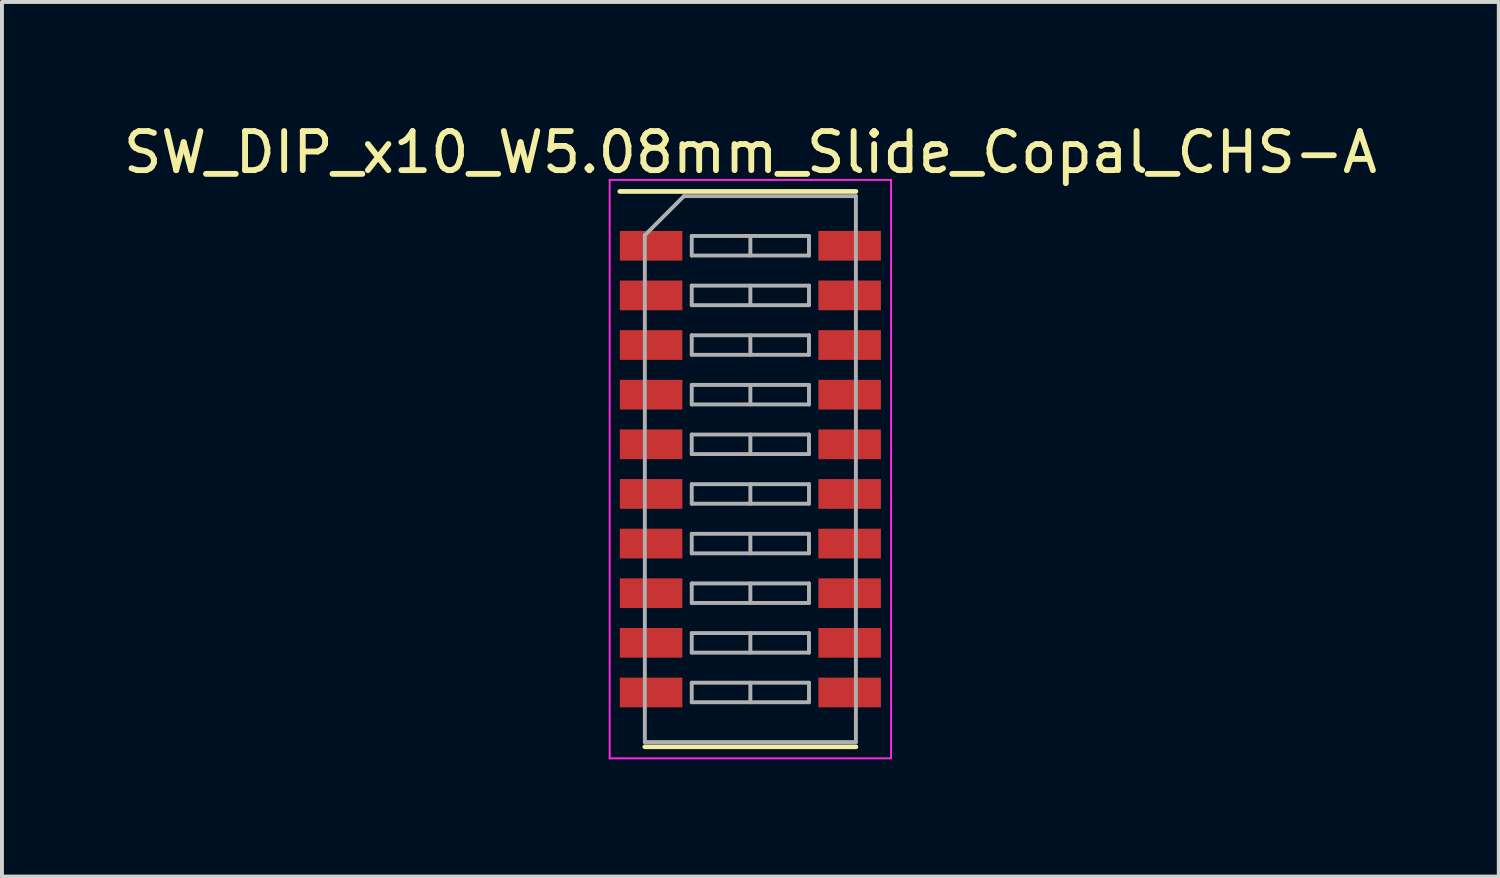
<source format=kicad_pcb>
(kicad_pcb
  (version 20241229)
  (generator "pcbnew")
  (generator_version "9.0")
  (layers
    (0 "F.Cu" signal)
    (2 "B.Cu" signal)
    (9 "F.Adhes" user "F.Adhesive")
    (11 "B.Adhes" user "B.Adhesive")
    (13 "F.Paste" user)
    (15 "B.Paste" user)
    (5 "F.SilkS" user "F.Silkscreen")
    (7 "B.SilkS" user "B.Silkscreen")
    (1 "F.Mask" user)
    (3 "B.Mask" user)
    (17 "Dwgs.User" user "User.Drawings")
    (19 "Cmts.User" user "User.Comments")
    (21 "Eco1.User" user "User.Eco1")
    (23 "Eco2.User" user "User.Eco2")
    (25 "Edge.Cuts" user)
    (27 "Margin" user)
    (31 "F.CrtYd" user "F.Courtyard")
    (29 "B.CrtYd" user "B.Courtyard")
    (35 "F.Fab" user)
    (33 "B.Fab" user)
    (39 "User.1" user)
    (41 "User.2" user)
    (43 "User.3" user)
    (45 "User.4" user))
  (footprint "SW_DIP_x10_W5.08mm_Slide_Copal_CHS-A"
    (layer "F.Cu")
    (at 16.149 8.953)
    (property "Reference" "SW_DIP_x10_W5.08mm_Slide_Copal_CHS-A" (at 0 -8.105 0) (layer "F.SilkS") (effects (font (size 1 1) (thickness 0.15))))
    (attr smd)
    (fp_line (start -3.34 -7.105) (end 2.7 -7.105) (stroke (width 0.12) (type solid)) (layer "F.SilkS"))
    (fp_line (start -2.7 7.105) (end 2.7 7.105) (stroke (width 0.12) (type solid)) (layer "F.SilkS"))
    (fp_line (start -3.6 -7.4) (end -3.6 7.4) (stroke (width 0.05) (type solid)) (layer "F.CrtYd"))
    (fp_line (start -3.6 7.4) (end 3.6 7.4) (stroke (width 0.05) (type solid)) (layer "F.CrtYd"))
    (fp_line (start 3.6 -7.4) (end -3.6 -7.4) (stroke (width 0.05) (type solid)) (layer "F.CrtYd"))
    (fp_line (start 3.6 7.4) (end 3.6 -7.4) (stroke (width 0.05) (type solid)) (layer "F.CrtYd"))
    (fp_line (start -2.7 -5.985) (end -1.7 -6.985) (stroke (width 0.1) (type solid)) (layer "F.Fab"))
    (fp_line (start -2.7 6.985) (end -2.7 -5.985) (stroke (width 0.1) (type solid)) (layer "F.Fab"))
    (fp_line (start -1.7 -6.985) (end 2.7 -6.985) (stroke (width 0.1) (type solid)) (layer "F.Fab"))
    (fp_line (start -1.5 -5.965) (end -1.5 -5.465) (stroke (width 0.1) (type solid)) (layer "F.Fab"))
    (fp_line (start -1.5 -5.465) (end 1.5 -5.465) (stroke (width 0.1) (type solid)) (layer "F.Fab"))
    (fp_line (start -1.5 -4.695) (end -1.5 -4.195) (stroke (width 0.1) (type solid)) (layer "F.Fab"))
    (fp_line (start -1.5 -4.195) (end 1.5 -4.195) (stroke (width 0.1) (type solid)) (layer "F.Fab"))
    (fp_line (start -1.5 -3.425) (end -1.5 -2.925) (stroke (width 0.1) (type solid)) (layer "F.Fab"))
    (fp_line (start -1.5 -2.925) (end 1.5 -2.925) (stroke (width 0.1) (type solid)) (layer "F.Fab"))
    (fp_line (start -1.5 -2.155) (end -1.5 -1.655) (stroke (width 0.1) (type solid)) (layer "F.Fab"))
    (fp_line (start -1.5 -1.655) (end 1.5 -1.655) (stroke (width 0.1) (type solid)) (layer "F.Fab"))
    (fp_line (start -1.5 -0.885) (end -1.5 -0.385) (stroke (width 0.1) (type solid)) (layer "F.Fab"))
    (fp_line (start -1.5 -0.385) (end 1.5 -0.385) (stroke (width 0.1) (type solid)) (layer "F.Fab"))
    (fp_line (start -1.5 0.385) (end -1.5 0.885) (stroke (width 0.1) (type solid)) (layer "F.Fab"))
    (fp_line (start -1.5 0.885) (end 1.5 0.885) (stroke (width 0.1) (type solid)) (layer "F.Fab"))
    (fp_line (start -1.5 1.655) (end -1.5 2.155) (stroke (width 0.1) (type solid)) (layer "F.Fab"))
    (fp_line (start -1.5 2.155) (end 1.5 2.155) (stroke (width 0.1) (type solid)) (layer "F.Fab"))
    (fp_line (start -1.5 2.925) (end -1.5 3.425) (stroke (width 0.1) (type solid)) (layer "F.Fab"))
    (fp_line (start -1.5 3.425) (end 1.5 3.425) (stroke (width 0.1) (type solid)) (layer "F.Fab"))
    (fp_line (start -1.5 4.195) (end -1.5 4.695) (stroke (width 0.1) (type solid)) (layer "F.Fab"))
    (fp_line (start -1.5 4.695) (end 1.5 4.695) (stroke (width 0.1) (type solid)) (layer "F.Fab"))
    (fp_line (start -1.5 5.465) (end -1.5 5.965) (stroke (width 0.1) (type solid)) (layer "F.Fab"))
    (fp_line (start -1.5 5.965) (end 1.5 5.965) (stroke (width 0.1) (type solid)) (layer "F.Fab"))
    (fp_line (start 0 -5.965) (end 0 -5.465) (stroke (width 0.1) (type solid)) (layer "F.Fab"))
    (fp_line (start 0 -4.695) (end 0 -4.195) (stroke (width 0.1) (type solid)) (layer "F.Fab"))
    (fp_line (start 0 -3.425) (end 0 -2.925) (stroke (width 0.1) (type solid)) (layer "F.Fab"))
    (fp_line (start 0 -2.155) (end 0 -1.655) (stroke (width 0.1) (type solid)) (layer "F.Fab"))
    (fp_line (start 0 -0.885) (end 0 -0.385) (stroke (width 0.1) (type solid)) (layer "F.Fab"))
    (fp_line (start 0 0.385) (end 0 0.885) (stroke (width 0.1) (type solid)) (layer "F.Fab"))
    (fp_line (start 0 1.655) (end 0 2.155) (stroke (width 0.1) (type solid)) (layer "F.Fab"))
    (fp_line (start 0 2.925) (end 0 3.425) (stroke (width 0.1) (type solid)) (layer "F.Fab"))
    (fp_line (start 0 4.195) (end 0 4.695) (stroke (width 0.1) (type solid)) (layer "F.Fab"))
    (fp_line (start 0 5.465) (end 0 5.965) (stroke (width 0.1) (type solid)) (layer "F.Fab"))
    (fp_line (start 1.5 -5.965) (end -1.5 -5.965) (stroke (width 0.1) (type solid)) (layer "F.Fab"))
    (fp_line (start 1.5 -5.465) (end 1.5 -5.965) (stroke (width 0.1) (type solid)) (layer "F.Fab"))
    (fp_line (start 1.5 -4.695) (end -1.5 -4.695) (stroke (width 0.1) (type solid)) (layer "F.Fab"))
    (fp_line (start 1.5 -4.195) (end 1.5 -4.695) (stroke (width 0.1) (type solid)) (layer "F.Fab"))
    (fp_line (start 1.5 -3.425) (end -1.5 -3.425) (stroke (width 0.1) (type solid)) (layer "F.Fab"))
    (fp_line (start 1.5 -2.925) (end 1.5 -3.425) (stroke (width 0.1) (type solid)) (layer "F.Fab"))
    (fp_line (start 1.5 -2.155) (end -1.5 -2.155) (stroke (width 0.1) (type solid)) (layer "F.Fab"))
    (fp_line (start 1.5 -1.655) (end 1.5 -2.155) (stroke (width 0.1) (type solid)) (layer "F.Fab"))
    (fp_line (start 1.5 -0.885) (end -1.5 -0.885) (stroke (width 0.1) (type solid)) (layer "F.Fab"))
    (fp_line (start 1.5 -0.385) (end 1.5 -0.885) (stroke (width 0.1) (type solid)) (layer "F.Fab"))
    (fp_line (start 1.5 0.385) (end -1.5 0.385) (stroke (width 0.1) (type solid)) (layer "F.Fab"))
    (fp_line (start 1.5 0.885) (end 1.5 0.385) (stroke (width 0.1) (type solid)) (layer "F.Fab"))
    (fp_line (start 1.5 1.655) (end -1.5 1.655) (stroke (width 0.1) (type solid)) (layer "F.Fab"))
    (fp_line (start 1.5 2.155) (end 1.5 1.655) (stroke (width 0.1) (type solid)) (layer "F.Fab"))
    (fp_line (start 1.5 2.925) (end -1.5 2.925) (stroke (width 0.1) (type solid)) (layer "F.Fab"))
    (fp_line (start 1.5 3.425) (end 1.5 2.925) (stroke (width 0.1) (type solid)) (layer "F.Fab"))
    (fp_line (start 1.5 4.195) (end -1.5 4.195) (stroke (width 0.1) (type solid)) (layer "F.Fab"))
    (fp_line (start 1.5 4.695) (end 1.5 4.195) (stroke (width 0.1) (type solid)) (layer "F.Fab"))
    (fp_line (start 1.5 5.465) (end -1.5 5.465) (stroke (width 0.1) (type solid)) (layer "F.Fab"))
    (fp_line (start 1.5 5.965) (end 1.5 5.465) (stroke (width 0.1) (type solid)) (layer "F.Fab"))
    (fp_line (start 2.7 -6.985) (end 2.7 6.985) (stroke (width 0.1) (type solid)) (layer "F.Fab"))
    (fp_line (start 2.7 6.985) (end -2.7 6.985) (stroke (width 0.1) (type solid)) (layer "F.Fab"))
    (pad "1" smd rect (at -2.54 -5.715) (size 1.6 0.76) (layers "F.Cu" "F.Mask"))
    (pad "2" smd rect (at -2.54 -4.445) (size 1.6 0.76) (layers "F.Cu" "F.Mask"))
    (pad "3" smd rect (at -2.54 -3.175) (size 1.6 0.76) (layers "F.Cu" "F.Mask"))
    (pad "4" smd rect (at -2.54 -1.905) (size 1.6 0.76) (layers "F.Cu" "F.Mask"))
    (pad "5" smd rect (at -2.54 -0.635) (size 1.6 0.76) (layers "F.Cu" "F.Mask"))
    (pad "6" smd rect (at -2.54 0.635) (size 1.6 0.76) (layers "F.Cu" "F.Mask"))
    (pad "7" smd rect (at -2.54 1.905) (size 1.6 0.76) (layers "F.Cu" "F.Mask"))
    (pad "8" smd rect (at -2.54 3.175) (size 1.6 0.76) (layers "F.Cu" "F.Mask"))
    (pad "9" smd rect (at -2.54 4.445) (size 1.6 0.76) (layers "F.Cu" "F.Mask"))
    (pad "10" smd rect (at -2.54 5.715) (size 1.6 0.76) (layers "F.Cu" "F.Mask"))
    (pad "11" smd rect (at 2.54 5.715) (size 1.6 0.76) (layers "F.Cu" "F.Mask"))
    (pad "12" smd rect (at 2.54 4.445) (size 1.6 0.76) (layers "F.Cu" "F.Mask"))
    (pad "13" smd rect (at 2.54 3.175) (size 1.6 0.76) (layers "F.Cu" "F.Mask"))
    (pad "14" smd rect (at 2.54 1.905) (size 1.6 0.76) (layers "F.Cu" "F.Mask"))
    (pad "15" smd rect (at 2.54 0.635) (size 1.6 0.76) (layers "F.Cu" "F.Mask"))
    (pad "16" smd rect (at 2.54 -0.635) (size 1.6 0.76) (layers "F.Cu" "F.Mask"))
    (pad "17" smd rect (at 2.54 -1.905) (size 1.6 0.76) (layers "F.Cu" "F.Mask"))
    (pad "18" smd rect (at 2.54 -3.175) (size 1.6 0.76) (layers "F.Cu" "F.Mask"))
    (pad "19" smd rect (at 2.54 -4.445) (size 1.6 0.76) (layers "F.Cu" "F.Mask"))
    (pad "20" smd rect (at 2.54 -5.715) (size 1.6 0.76) (layers "F.Cu" "F.Mask")))
  (gr_rect
    (start -3 -3)
    (end 35.298 19.378)
    (stroke (width 0.1) (type default))
    (fill no)
    (layer "Edge.Cuts")))
</source>
